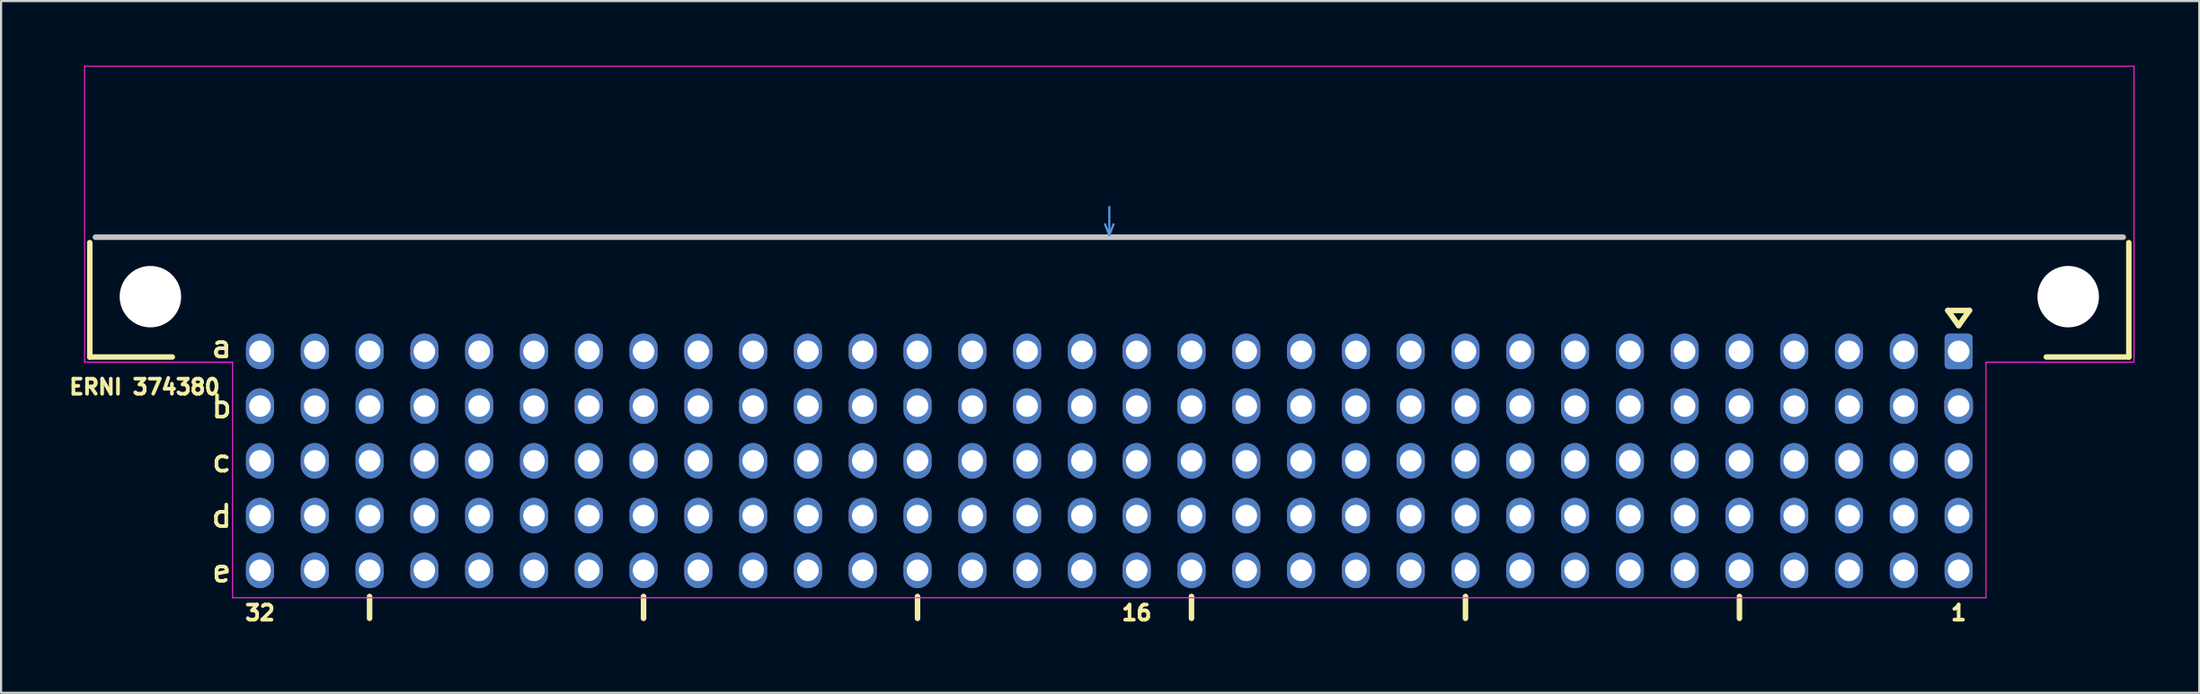
<source format=kicad_pcb>
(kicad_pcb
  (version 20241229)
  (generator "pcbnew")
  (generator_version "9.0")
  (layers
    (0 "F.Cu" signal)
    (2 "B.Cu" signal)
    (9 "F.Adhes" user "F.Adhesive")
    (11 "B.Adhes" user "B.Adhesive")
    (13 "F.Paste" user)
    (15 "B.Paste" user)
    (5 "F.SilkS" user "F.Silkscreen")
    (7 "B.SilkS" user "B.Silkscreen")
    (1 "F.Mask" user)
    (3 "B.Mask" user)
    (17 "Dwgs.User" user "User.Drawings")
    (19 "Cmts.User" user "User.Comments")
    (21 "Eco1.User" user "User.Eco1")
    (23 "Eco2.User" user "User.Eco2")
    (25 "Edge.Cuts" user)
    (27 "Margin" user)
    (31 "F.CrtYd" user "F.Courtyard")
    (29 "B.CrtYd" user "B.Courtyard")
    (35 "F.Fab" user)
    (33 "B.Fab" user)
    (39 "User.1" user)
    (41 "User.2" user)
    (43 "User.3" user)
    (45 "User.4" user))
  (footprint "ERNI 374380"
    (layer "F.Cu")
    (at 48.372 7.955)
    (property "Reference" "ERNI 374380" (at -44.72 6.95 0) (layer "F.SilkS") (effects (font (size 0.7 0.7) (thickness 0.17))))
    (attr through_hole)
    (fp_line (start -47.26 0.254) (end -47.26 5.56) (stroke (width 0.254) (type solid)) (layer "F.SilkS"))
    (fp_line (start -47.26 5.56) (end -43.434 5.56) (stroke (width 0.254) (type solid)) (layer "F.SilkS"))
    (fp_line (start -34.29 16.671) (end -34.29 17.687) (stroke (width 0.256) (type solid)) (layer "F.SilkS"))
    (fp_line (start -21.59 16.671) (end -21.59 17.687) (stroke (width 0.256) (type solid)) (layer "F.SilkS"))
    (fp_line (start -8.89 16.671) (end -8.89 17.687) (stroke (width 0.256) (type solid)) (layer "F.SilkS"))
    (fp_line (start 3.81 16.671) (end 3.81 17.687) (stroke (width 0.256) (type solid)) (layer "F.SilkS"))
    (fp_line (start 16.51 16.671) (end 16.51 17.687) (stroke (width 0.256) (type solid)) (layer "F.SilkS"))
    (fp_line (start 29.21 16.671) (end 29.21 17.687) (stroke (width 0.256) (type solid)) (layer "F.SilkS"))
    (fp_line (start 38.87 3.4) (end 39.87 3.4) (stroke (width 0.256) (type solid)) (layer "F.SilkS"))
    (fp_line (start 39.37 4.1) (end 38.87 3.4) (stroke (width 0.256) (type solid)) (layer "F.SilkS"))
    (fp_line (start 39.87 3.4) (end 39.37 4.1) (stroke (width 0.256) (type solid)) (layer "F.SilkS"))
    (fp_line (start 47.26 0.254) (end 47.26 5.56) (stroke (width 0.254) (type solid)) (layer "F.SilkS"))
    (fp_line (start 47.26 5.56) (end 43.434 5.56) (stroke (width 0.254) (type solid)) (layer "F.SilkS"))
    (fp_line (start -47 0) (end 47 0) (stroke (width 0.256) (type solid)) (layer "Dwgs.User"))
    (fp_line (start -0.2 -0.6) (end 0 -0.1) (stroke (width 0.1) (type solid)) (layer "Cmts.User"))
    (fp_line (start 0 -0.1) (end 0 -1.4) (stroke (width 0.1) (type solid)) (layer "Cmts.User"))
    (fp_line (start 0 -0.1) (end 0.2 -0.6) (stroke (width 0.1) (type solid)) (layer "Cmts.User"))
    (fp_line (start -2 0) (end 2 0) (stroke (width 0.256) (type solid)) (layer "Eco1.User"))
    (fp_line (start 0 -2) (end 0 2) (stroke (width 0.256) (type solid)) (layer "Eco1.User"))
    (fp_line (start -47.5 -7.93) (end -47.5 5.8) (stroke (width 0.05) (type solid)) (layer "F.CrtYd"))
    (fp_line (start -47.5 5.8) (end -40.64 5.8) (stroke (width 0.05) (type solid)) (layer "F.CrtYd"))
    (fp_line (start -40.64 5.8) (end -40.64 16.73) (stroke (width 0.05) (type solid)) (layer "F.CrtYd"))
    (fp_line (start -40.64 16.73) (end 40.64 16.73) (stroke (width 0.05) (type solid)) (layer "F.CrtYd"))
    (fp_line (start 40.64 5.8) (end 47.5 5.8) (stroke (width 0.05) (type solid)) (layer "F.CrtYd"))
    (fp_line (start 40.64 16.73) (end 40.64 5.8) (stroke (width 0.05) (type solid)) (layer "F.CrtYd"))
    (fp_line (start 47.5 -7.93) (end -47.5 -7.93) (stroke (width 0.05) (type solid)) (layer "F.CrtYd"))
    (fp_line (start 47.5 5.8) (end 47.5 -7.93) (stroke (width 0.05) (type solid)) (layer "F.CrtYd"))
    (fp_text user "1" (at 39.37 17.433 0) (unlocked yes) (layer "F.SilkS") (effects (font (size 0.7 0.7) (thickness 0.17))))
    (fp_text user "a" (at -41.148 5.08 0) (layer "F.SilkS") (effects (font (size 1 1) (thickness 0.17))))
    (fp_text user "c" (at -41.148 10.384 0) (layer "F.SilkS") (effects (font (size 1 1) (thickness 0.17))))
    (fp_text user "d" (at -41.148 12.954 0) (layer "F.SilkS") (effects (font (size 1 1) (thickness 0.17))))
    (fp_text user "b" (at -41.148 7.874 0) (layer "F.SilkS") (effects (font (size 1 1) (thickness 0.17))))
    (fp_text user "32" (at -39.37 17.433 0) (unlocked yes) (layer "F.SilkS") (effects (font (size 0.7 0.7) (thickness 0.17))))
    (fp_text user "e" (at -41.148 15.494 0) (layer "F.SilkS") (effects (font (size 1 1) (thickness 0.17))))
    (fp_text user "16" (at 1.27 17.433 0) (unlocked yes) (layer "F.SilkS") (effects (font (size 0.7 0.7) (thickness 0.17))))
    (pad "" np_thru_hole oval (at -44.45 2.76) (size 2.85 2.85) (drill 2.85) (layers "*.Cu" "*.Mask"))
    (pad "" np_thru_hole oval (at 44.45 2.76) (size 2.85 2.85) (drill 2.85) (layers "*.Cu" "*.Mask"))
    (pad "a1" thru_hole roundrect (at 39.37 5.3 180) (size 1.3 1.65) (drill 1) (layers "*.Cu" "*.Mask") (roundrect_rratio 0.161))
    (pad "a2" thru_hole oval (at 36.83 5.3 180) (size 1.3 1.65) (drill 1) (layers "*.Cu" "*.Mask"))
    (pad "a3" thru_hole oval (at 34.29 5.3 180) (size 1.3 1.65) (drill 1) (layers "*.Cu" "*.Mask"))
    (pad "a4" thru_hole oval (at 31.75 5.3 180) (size 1.3 1.65) (drill 1) (layers "*.Cu" "*.Mask"))
    (pad "a5" thru_hole oval (at 29.21 5.3 180) (size 1.3 1.65) (drill 1) (layers "*.Cu" "*.Mask"))
    (pad "a6" thru_hole oval (at 26.67 5.3 180) (size 1.3 1.65) (drill 1) (layers "*.Cu" "*.Mask"))
    (pad "a7" thru_hole oval (at 24.13 5.3 180) (size 1.3 1.65) (drill 1) (layers "*.Cu" "*.Mask"))
    (pad "a8" thru_hole oval (at 21.59 5.3 180) (size 1.3 1.65) (drill 1) (layers "*.Cu" "*.Mask"))
    (pad "a9" thru_hole oval (at 19.05 5.3 180) (size 1.3 1.65) (drill 1) (layers "*.Cu" "*.Mask"))
    (pad "a10" thru_hole oval (at 16.51 5.3 180) (size 1.3 1.65) (drill 1) (layers "*.Cu" "*.Mask"))
    (pad "a11" thru_hole oval (at 13.97 5.3 180) (size 1.3 1.65) (drill 1) (layers "*.Cu" "*.Mask"))
    (pad "a12" thru_hole oval (at 11.43 5.3 180) (size 1.3 1.65) (drill 1) (layers "*.Cu" "*.Mask"))
    (pad "a13" thru_hole oval (at 8.89 5.3 180) (size 1.3 1.65) (drill 1) (layers "*.Cu" "*.Mask"))
    (pad "a14" thru_hole oval (at 6.35 5.3 180) (size 1.3 1.65) (drill 1) (layers "*.Cu" "*.Mask"))
    (pad "a15" thru_hole oval (at 3.81 5.3 180) (size 1.3 1.65) (drill 1) (layers "*.Cu" "*.Mask"))
    (pad "a16" thru_hole oval (at 1.27 5.3 180) (size 1.3 1.65) (drill 1) (layers "*.Cu" "*.Mask"))
    (pad "a17" thru_hole oval (at -1.27 5.3 180) (size 1.3 1.65) (drill 1) (layers "*.Cu" "*.Mask"))
    (pad "a18" thru_hole oval (at -3.81 5.3 180) (size 1.3 1.65) (drill 1) (layers "*.Cu" "*.Mask"))
    (pad "a19" thru_hole oval (at -6.35 5.3 180) (size 1.3 1.65) (drill 1) (layers "*.Cu" "*.Mask"))
    (pad "a20" thru_hole oval (at -8.89 5.3 180) (size 1.3 1.65) (drill 1) (layers "*.Cu" "*.Mask"))
    (pad "a21" thru_hole oval (at -11.43 5.3 180) (size 1.3 1.65) (drill 1) (layers "*.Cu" "*.Mask"))
    (pad "a22" thru_hole oval (at -13.97 5.3 180) (size 1.3 1.65) (drill 1) (layers "*.Cu" "*.Mask"))
    (pad "a23" thru_hole oval (at -16.51 5.3 180) (size 1.3 1.65) (drill 1) (layers "*.Cu" "*.Mask"))
    (pad "a24" thru_hole oval (at -19.05 5.3 180) (size 1.3 1.65) (drill 1) (layers "*.Cu" "*.Mask"))
    (pad "a25" thru_hole oval (at -21.59 5.3 180) (size 1.3 1.65) (drill 1) (layers "*.Cu" "*.Mask"))
    (pad "a26" thru_hole oval (at -24.13 5.3 180) (size 1.3 1.65) (drill 1) (layers "*.Cu" "*.Mask"))
    (pad "a27" thru_hole oval (at -26.67 5.3 180) (size 1.3 1.65) (drill 1) (layers "*.Cu" "*.Mask"))
    (pad "a28" thru_hole oval (at -29.21 5.3 180) (size 1.3 1.65) (drill 1) (layers "*.Cu" "*.Mask"))
    (pad "a29" thru_hole oval (at -31.75 5.3 180) (size 1.3 1.65) (drill 1) (layers "*.Cu" "*.Mask"))
    (pad "a30" thru_hole oval (at -34.29 5.3 180) (size 1.3 1.65) (drill 1) (layers "*.Cu" "*.Mask"))
    (pad "a31" thru_hole oval (at -36.83 5.3 180) (size 1.3 1.65) (drill 1) (layers "*.Cu" "*.Mask"))
    (pad "a32" thru_hole oval (at -39.37 5.3 180) (size 1.3 1.65) (drill 1) (layers "*.Cu" "*.Mask"))
    (pad "b1" thru_hole oval (at 39.37 7.84 180) (size 1.33 1.65) (drill 1) (layers "*.Cu" "*.Mask"))
    (pad "b2" thru_hole oval (at 36.83 7.84 180) (size 1.3 1.65) (drill 1) (layers "*.Cu" "*.Mask"))
    (pad "b3" thru_hole oval (at 34.29 7.84 180) (size 1.3 1.65) (drill 1) (layers "*.Cu" "*.Mask"))
    (pad "b4" thru_hole oval (at 31.75 7.84 180) (size 1.3 1.65) (drill 1) (layers "*.Cu" "*.Mask"))
    (pad "b5" thru_hole oval (at 29.21 7.84 180) (size 1.3 1.65) (drill 1) (layers "*.Cu" "*.Mask"))
    (pad "b6" thru_hole oval (at 26.67 7.84 180) (size 1.3 1.65) (drill 1) (layers "*.Cu" "*.Mask"))
    (pad "b7" thru_hole oval (at 24.13 7.84 180) (size 1.3 1.65) (drill 1) (layers "*.Cu" "*.Mask"))
    (pad "b8" thru_hole oval (at 21.59 7.84 180) (size 1.3 1.65) (drill 1) (layers "*.Cu" "*.Mask"))
    (pad "b9" thru_hole oval (at 19.05 7.84 180) (size 1.3 1.65) (drill 1) (layers "*.Cu" "*.Mask"))
    (pad "b10" thru_hole oval (at 16.51 7.84 180) (size 1.3 1.65) (drill 1) (layers "*.Cu" "*.Mask"))
    (pad "b11" thru_hole oval (at 13.97 7.84 180) (size 1.3 1.65) (drill 1) (layers "*.Cu" "*.Mask"))
    (pad "b12" thru_hole oval (at 11.43 7.84 180) (size 1.3 1.65) (drill 1) (layers "*.Cu" "*.Mask"))
    (pad "b13" thru_hole oval (at 8.89 7.84 180) (size 1.3 1.65) (drill 1) (layers "*.Cu" "*.Mask"))
    (pad "b14" thru_hole oval (at 6.35 7.84 180) (size 1.3 1.65) (drill 1) (layers "*.Cu" "*.Mask"))
    (pad "b15" thru_hole oval (at 3.81 7.84 180) (size 1.3 1.65) (drill 1) (layers "*.Cu" "*.Mask"))
    (pad "b16" thru_hole oval (at 1.27 7.84 180) (size 1.3 1.65) (drill 1) (layers "*.Cu" "*.Mask"))
    (pad "b17" thru_hole oval (at -1.27 7.84 180) (size 1.3 1.65) (drill 1) (layers "*.Cu" "*.Mask"))
    (pad "b18" thru_hole oval (at -3.81 7.84 180) (size 1.3 1.65) (drill 1) (layers "*.Cu" "*.Mask"))
    (pad "b19" thru_hole oval (at -6.35 7.84 180) (size 1.3 1.65) (drill 1) (layers "*.Cu" "*.Mask"))
    (pad "b20" thru_hole oval (at -8.89 7.84 180) (size 1.3 1.65) (drill 1) (layers "*.Cu" "*.Mask"))
    (pad "b21" thru_hole oval (at -11.43 7.84 180) (size 1.3 1.65) (drill 1) (layers "*.Cu" "*.Mask"))
    (pad "b22" thru_hole oval (at -13.97 7.84 180) (size 1.3 1.65) (drill 1) (layers "*.Cu" "*.Mask"))
    (pad "b23" thru_hole oval (at -16.51 7.84 180) (size 1.3 1.65) (drill 1) (layers "*.Cu" "*.Mask"))
    (pad "b24" thru_hole oval (at -19.05 7.84 180) (size 1.3 1.65) (drill 1) (layers "*.Cu" "*.Mask"))
    (pad "b25" thru_hole oval (at -21.59 7.84 180) (size 1.3 1.65) (drill 1) (layers "*.Cu" "*.Mask"))
    (pad "b26" thru_hole oval (at -24.13 7.84 180) (size 1.3 1.65) (drill 1) (layers "*.Cu" "*.Mask"))
    (pad "b27" thru_hole oval (at -26.67 7.84 180) (size 1.3 1.65) (drill 1) (layers "*.Cu" "*.Mask"))
    (pad "b28" thru_hole oval (at -29.21 7.84 180) (size 1.3 1.65) (drill 1) (layers "*.Cu" "*.Mask"))
    (pad "b29" thru_hole oval (at -31.75 7.84 180) (size 1.3 1.65) (drill 1) (layers "*.Cu" "*.Mask"))
    (pad "b30" thru_hole oval (at -34.29 7.84 180) (size 1.3 1.65) (drill 1) (layers "*.Cu" "*.Mask"))
    (pad "b31" thru_hole oval (at -36.83 7.84 180) (size 1.3 1.65) (drill 1) (layers "*.Cu" "*.Mask"))
    (pad "b32" thru_hole oval (at -39.37 7.84 180) (size 1.3 1.65) (drill 1) (layers "*.Cu" "*.Mask"))
    (pad "c1" thru_hole oval (at 39.37 10.38 180) (size 1.3 1.65) (drill 1) (layers "*.Cu" "*.Mask"))
    (pad "c2" thru_hole oval (at 36.83 10.38 180) (size 1.3 1.65) (drill 1) (layers "*.Cu" "*.Mask"))
    (pad "c3" thru_hole oval (at 34.29 10.38 180) (size 1.3 1.65) (drill 1) (layers "*.Cu" "*.Mask"))
    (pad "c4" thru_hole oval (at 31.75 10.38 180) (size 1.3 1.65) (drill 1) (layers "*.Cu" "*.Mask"))
    (pad "c5" thru_hole oval (at 29.21 10.38 180) (size 1.3 1.65) (drill 1) (layers "*.Cu" "*.Mask"))
    (pad "c6" thru_hole oval (at 26.67 10.38 180) (size 1.3 1.65) (drill 1) (layers "*.Cu" "*.Mask"))
    (pad "c7" thru_hole oval (at 24.13 10.38 180) (size 1.3 1.65) (drill 1) (layers "*.Cu" "*.Mask"))
    (pad "c8" thru_hole oval (at 21.59 10.38 180) (size 1.3 1.65) (drill 1) (layers "*.Cu" "*.Mask"))
    (pad "c9" thru_hole oval (at 19.05 10.38 180) (size 1.3 1.65) (drill 1) (layers "*.Cu" "*.Mask"))
    (pad "c10" thru_hole oval (at 16.51 10.38 180) (size 1.3 1.65) (drill 1) (layers "*.Cu" "*.Mask"))
    (pad "c11" thru_hole oval (at 13.97 10.38 180) (size 1.3 1.65) (drill 1) (layers "*.Cu" "*.Mask"))
    (pad "c12" thru_hole oval (at 11.43 10.38 180) (size 1.3 1.65) (drill 1) (layers "*.Cu" "*.Mask"))
    (pad "c13" thru_hole oval (at 8.89 10.38 180) (size 1.3 1.65) (drill 1) (layers "*.Cu" "*.Mask"))
    (pad "c14" thru_hole oval (at 6.35 10.38 180) (size 1.3 1.65) (drill 1) (layers "*.Cu" "*.Mask"))
    (pad "c15" thru_hole oval (at 3.81 10.38 180) (size 1.3 1.65) (drill 1) (layers "*.Cu" "*.Mask"))
    (pad "c16" thru_hole oval (at 1.27 10.38 180) (size 1.3 1.65) (drill 1) (layers "*.Cu" "*.Mask"))
    (pad "c17" thru_hole oval (at -1.27 10.38 180) (size 1.3 1.65) (drill 1) (layers "*.Cu" "*.Mask"))
    (pad "c18" thru_hole oval (at -3.81 10.38 180) (size 1.3 1.65) (drill 1) (layers "*.Cu" "*.Mask"))
    (pad "c19" thru_hole oval (at -6.35 10.38 180) (size 1.3 1.65) (drill 1) (layers "*.Cu" "*.Mask"))
    (pad "c20" thru_hole oval (at -8.89 10.38 180) (size 1.3 1.65) (drill 1) (layers "*.Cu" "*.Mask"))
    (pad "c21" thru_hole oval (at -11.43 10.38 180) (size 1.3 1.65) (drill 1) (layers "*.Cu" "*.Mask"))
    (pad "c22" thru_hole oval (at -13.97 10.38 180) (size 1.3 1.65) (drill 1) (layers "*.Cu" "*.Mask"))
    (pad "c23" thru_hole oval (at -16.51 10.38 180) (size 1.3 1.65) (drill 1) (layers "*.Cu" "*.Mask"))
    (pad "c24" thru_hole oval (at -19.05 10.38 180) (size 1.3 1.65) (drill 1) (layers "*.Cu" "*.Mask"))
    (pad "c25" thru_hole oval (at -21.59 10.38 180) (size 1.3 1.65) (drill 1) (layers "*.Cu" "*.Mask"))
    (pad "c26" thru_hole oval (at -24.13 10.38 180) (size 1.3 1.65) (drill 1) (layers "*.Cu" "*.Mask"))
    (pad "c27" thru_hole oval (at -26.67 10.38 180) (size 1.3 1.65) (drill 1) (layers "*.Cu" "*.Mask"))
    (pad "c28" thru_hole oval (at -29.21 10.38 180) (size 1.3 1.65) (drill 1) (layers "*.Cu" "*.Mask"))
    (pad "c29" thru_hole oval (at -31.75 10.38 180) (size 1.3 1.65) (drill 1) (layers "*.Cu" "*.Mask"))
    (pad "c30" thru_hole oval (at -34.29 10.38 180) (size 1.3 1.65) (drill 1) (layers "*.Cu" "*.Mask"))
    (pad "c31" thru_hole oval (at -36.83 10.38 180) (size 1.3 1.65) (drill 1) (layers "*.Cu" "*.Mask"))
    (pad "c32" thru_hole oval (at -39.37 10.38 180) (size 1.3 1.65) (drill 1) (layers "*.Cu" "*.Mask"))
    (pad "d1" thru_hole oval (at 39.37 12.92 180) (size 1.3 1.65) (drill 1) (layers "*.Cu" "*.Mask"))
    (pad "d2" thru_hole oval (at 36.83 12.92 180) (size 1.3 1.65) (drill 1) (layers "*.Cu" "*.Mask"))
    (pad "d3" thru_hole oval (at 34.29 12.92 180) (size 1.3 1.65) (drill 1) (layers "*.Cu" "*.Mask"))
    (pad "d4" thru_hole oval (at 31.75 12.92 180) (size 1.3 1.65) (drill 1) (layers "*.Cu" "*.Mask"))
    (pad "d5" thru_hole oval (at 29.21 12.92 180) (size 1.3 1.65) (drill 1) (layers "*.Cu" "*.Mask"))
    (pad "d6" thru_hole oval (at 26.67 12.92 180) (size 1.3 1.65) (drill 1) (layers "*.Cu" "*.Mask"))
    (pad "d7" thru_hole oval (at 24.13 12.92 180) (size 1.3 1.65) (drill 1) (layers "*.Cu" "*.Mask"))
    (pad "d8" thru_hole oval (at 21.59 12.92 180) (size 1.3 1.65) (drill 1) (layers "*.Cu" "*.Mask"))
    (pad "d9" thru_hole oval (at 19.05 12.92 180) (size 1.3 1.65) (drill 1) (layers "*.Cu" "*.Mask"))
    (pad "d10" thru_hole oval (at 16.51 12.92 180) (size 1.3 1.65) (drill 1) (layers "*.Cu" "*.Mask"))
    (pad "d11" thru_hole oval (at 13.97 12.92 180) (size 1.3 1.65) (drill 1) (layers "*.Cu" "*.Mask"))
    (pad "d12" thru_hole oval (at 11.43 12.92 180) (size 1.3 1.65) (drill 1) (layers "*.Cu" "*.Mask"))
    (pad "d13" thru_hole oval (at 8.89 12.92 180) (size 1.3 1.65) (drill 1) (layers "*.Cu" "*.Mask"))
    (pad "d14" thru_hole oval (at 6.35 12.92 180) (size 1.3 1.65) (drill 1) (layers "*.Cu" "*.Mask"))
    (pad "d15" thru_hole oval (at 3.81 12.92 180) (size 1.3 1.65) (drill 1) (layers "*.Cu" "*.Mask"))
    (pad "d16" thru_hole oval (at 1.27 12.92 180) (size 1.3 1.65) (drill 1) (layers "*.Cu" "*.Mask"))
    (pad "d17" thru_hole oval (at -1.27 12.92 180) (size 1.3 1.65) (drill 1) (layers "*.Cu" "*.Mask"))
    (pad "d18" thru_hole oval (at -3.81 12.92 180) (size 1.3 1.65) (drill 1) (layers "*.Cu" "*.Mask"))
    (pad "d19" thru_hole oval (at -6.35 12.92 180) (size 1.3 1.65) (drill 1) (layers "*.Cu" "*.Mask"))
    (pad "d20" thru_hole oval (at -8.89 12.92 180) (size 1.3 1.65) (drill 1) (layers "*.Cu" "*.Mask"))
    (pad "d21" thru_hole oval (at -11.43 12.92 180) (size 1.3 1.65) (drill 1) (layers "*.Cu" "*.Mask"))
    (pad "d22" thru_hole oval (at -13.97 12.92 180) (size 1.3 1.65) (drill 1) (layers "*.Cu" "*.Mask"))
    (pad "d23" thru_hole oval (at -16.51 12.92 180) (size 1.3 1.65) (drill 1) (layers "*.Cu" "*.Mask"))
    (pad "d24" thru_hole oval (at -19.05 12.92 180) (size 1.3 1.65) (drill 1) (layers "*.Cu" "*.Mask"))
    (pad "d25" thru_hole oval (at -21.59 12.92 180) (size 1.3 1.65) (drill 1) (layers "*.Cu" "*.Mask"))
    (pad "d26" thru_hole oval (at -24.13 12.92 180) (size 1.3 1.65) (drill 1) (layers "*.Cu" "*.Mask"))
    (pad "d27" thru_hole oval (at -26.67 12.92 180) (size 1.3 1.65) (drill 1) (layers "*.Cu" "*.Mask"))
    (pad "d28" thru_hole oval (at -29.21 12.92 180) (size 1.3 1.65) (drill 1) (layers "*.Cu" "*.Mask"))
    (pad "d29" thru_hole oval (at -31.75 12.92 180) (size 1.3 1.65) (drill 1) (layers "*.Cu" "*.Mask"))
    (pad "d30" thru_hole oval (at -34.29 12.92 180) (size 1.3 1.65) (drill 1) (layers "*.Cu" "*.Mask"))
    (pad "d31" thru_hole oval (at -36.83 12.92 180) (size 1.3 1.65) (drill 1) (layers "*.Cu" "*.Mask"))
    (pad "d32" thru_hole oval (at -39.37 12.92 180) (size 1.3 1.65) (drill 1) (layers "*.Cu" "*.Mask"))
    (pad "e1" thru_hole oval (at 39.37 15.46 180) (size 1.3 1.65) (drill 1) (layers "*.Cu" "*.Mask"))
    (pad "e2" thru_hole oval (at 36.83 15.46 180) (size 1.3 1.65) (drill 1) (layers "*.Cu" "*.Mask"))
    (pad "e3" thru_hole oval (at 34.29 15.46 180) (size 1.3 1.65) (drill 1) (layers "*.Cu" "*.Mask"))
    (pad "e4" thru_hole oval (at 31.75 15.46 180) (size 1.3 1.65) (drill 1) (layers "*.Cu" "*.Mask"))
    (pad "e5" thru_hole oval (at 29.21 15.46 180) (size 1.3 1.65) (drill 1) (layers "*.Cu" "*.Mask"))
    (pad "e6" thru_hole oval (at 26.67 15.46 180) (size 1.3 1.65) (drill 1) (layers "*.Cu" "*.Mask"))
    (pad "e7" thru_hole oval (at 24.13 15.46 180) (size 1.3 1.65) (drill 1) (layers "*.Cu" "*.Mask"))
    (pad "e8" thru_hole oval (at 21.59 15.46 180) (size 1.3 1.65) (drill 1) (layers "*.Cu" "*.Mask"))
    (pad "e9" thru_hole oval (at 19.05 15.46 180) (size 1.3 1.65) (drill 1) (layers "*.Cu" "*.Mask"))
    (pad "e10" thru_hole oval (at 16.51 15.46 180) (size 1.3 1.65) (drill 1) (layers "*.Cu" "*.Mask"))
    (pad "e11" thru_hole oval (at 13.97 15.46 180) (size 1.3 1.65) (drill 1) (layers "*.Cu" "*.Mask"))
    (pad "e12" thru_hole oval (at 11.43 15.46 180) (size 1.3 1.65) (drill 1) (layers "*.Cu" "*.Mask"))
    (pad "e13" thru_hole oval (at 8.89 15.46 180) (size 1.3 1.65) (drill 1) (layers "*.Cu" "*.Mask"))
    (pad "e14" thru_hole oval (at 6.35 15.46 180) (size 1.3 1.65) (drill 1) (layers "*.Cu" "*.Mask"))
    (pad "e15" thru_hole oval (at 3.81 15.46 180) (size 1.3 1.65) (drill 1) (layers "*.Cu" "*.Mask"))
    (pad "e16" thru_hole oval (at 1.27 15.46 180) (size 1.3 1.65) (drill 1) (layers "*.Cu" "*.Mask"))
    (pad "e17" thru_hole oval (at -1.27 15.46 180) (size 1.3 1.65) (drill 1) (layers "*.Cu" "*.Mask"))
    (pad "e18" thru_hole oval (at -3.81 15.46 180) (size 1.3 1.65) (drill 1) (layers "*.Cu" "*.Mask"))
    (pad "e19" thru_hole oval (at -6.35 15.46 180) (size 1.3 1.65) (drill 1) (layers "*.Cu" "*.Mask"))
    (pad "e20" thru_hole oval (at -8.89 15.46 180) (size 1.3 1.65) (drill 1) (layers "*.Cu" "*.Mask"))
    (pad "e21" thru_hole oval (at -11.43 15.46 180) (size 1.3 1.65) (drill 1) (layers "*.Cu" "*.Mask"))
    (pad "e22" thru_hole oval (at -13.97 15.46 180) (size 1.3 1.65) (drill 1) (layers "*.Cu" "*.Mask"))
    (pad "e23" thru_hole oval (at -16.51 15.46 180) (size 1.3 1.65) (drill 1) (layers "*.Cu" "*.Mask"))
    (pad "e24" thru_hole oval (at -19.05 15.46 180) (size 1.3 1.65) (drill 1) (layers "*.Cu" "*.Mask"))
    (pad "e25" thru_hole oval (at -21.59 15.46 180) (size 1.3 1.65) (drill 1) (layers "*.Cu" "*.Mask"))
    (pad "e26" thru_hole oval (at -24.13 15.46 180) (size 1.3 1.65) (drill 1) (layers "*.Cu" "*.Mask"))
    (pad "e27" thru_hole oval (at -26.67 15.46 180) (size 1.3 1.65) (drill 1) (layers "*.Cu" "*.Mask"))
    (pad "e28" thru_hole oval (at -29.21 15.46 180) (size 1.3 1.65) (drill 1) (layers "*.Cu" "*.Mask"))
    (pad "e29" thru_hole oval (at -31.75 15.46 180) (size 1.3 1.65) (drill 1) (layers "*.Cu" "*.Mask"))
    (pad "e30" thru_hole oval (at -34.29 15.46 180) (size 1.3 1.65) (drill 1) (layers "*.Cu" "*.Mask"))
    (pad "e31" thru_hole oval (at -36.83 15.46 180) (size 1.3 1.65) (drill 1) (layers "*.Cu" "*.Mask"))
    (pad "e32" thru_hole oval (at -39.37 15.46 180) (size 1.3 1.65) (drill 1) (layers "*.Cu" "*.Mask")))
  (gr_rect
    (start -3 -3)
    (end 98.897 29.096)
    (stroke (width 0.1) (type default))
    (fill no)
    (layer "Edge.Cuts")))
</source>
